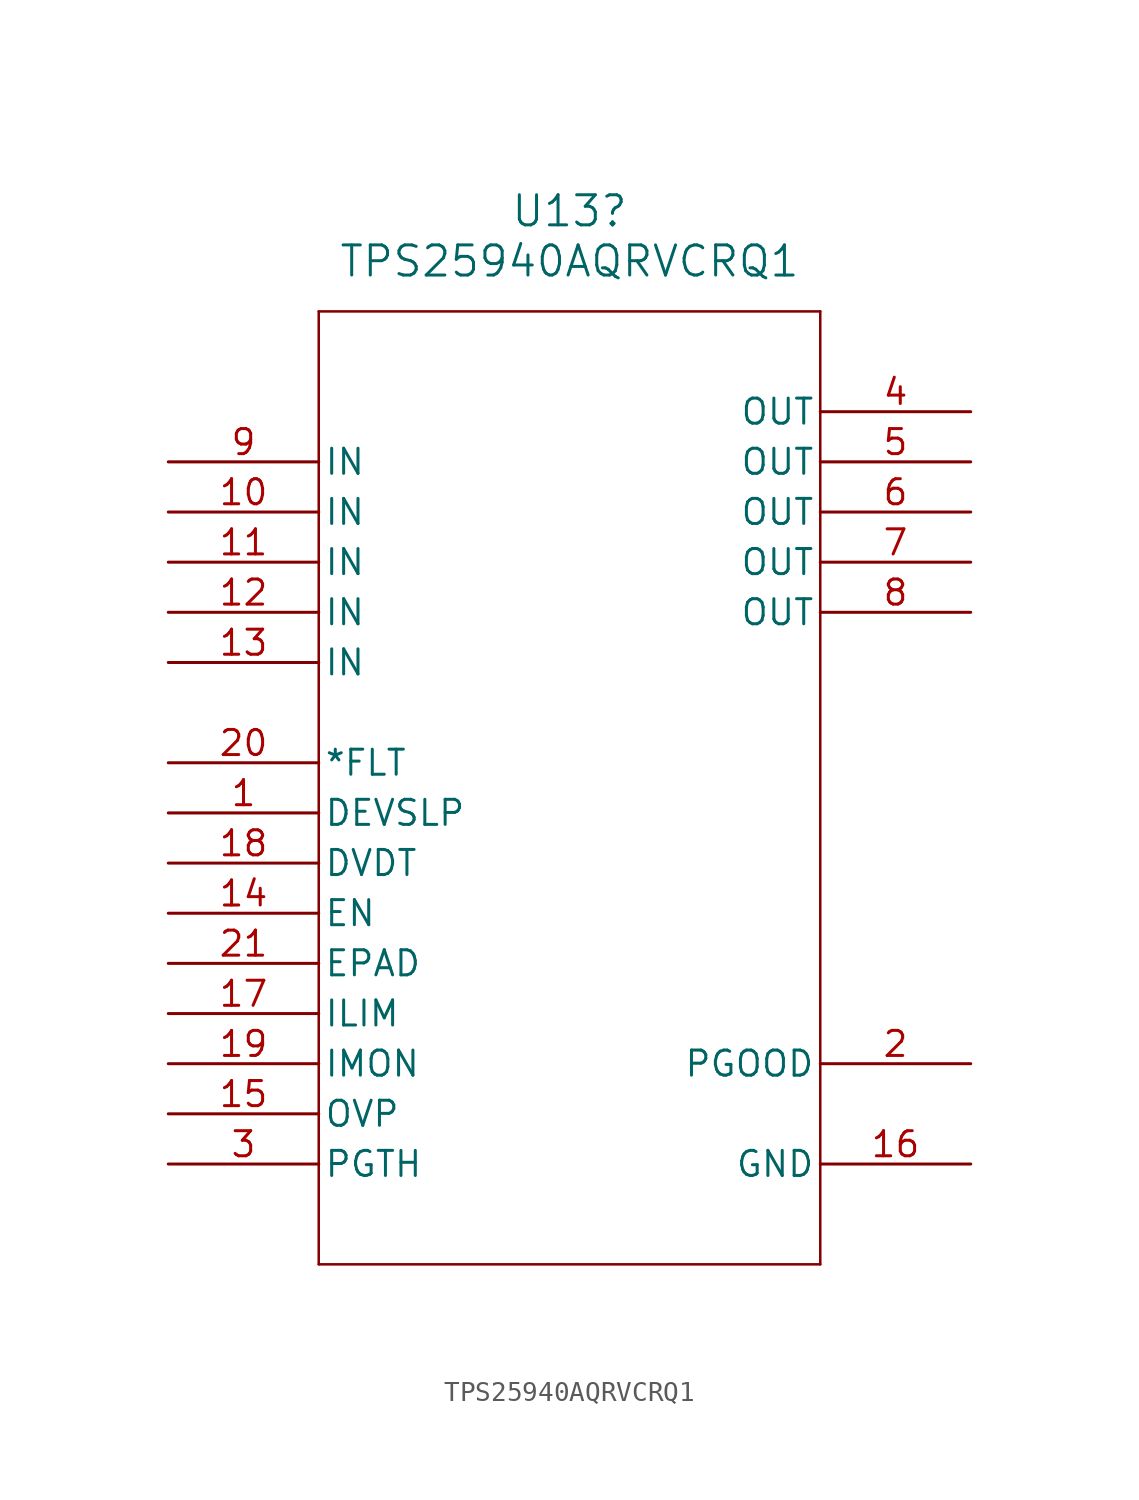
<source format=kicad_sym>
(kicad_symbol_lib
  (version 20220914)
  (generator kicad_symbol_editor)
  (symbol "TPS25940AQRVCRQ1"
    (pin_names
      (offset 0.254))
    (property "Reference" "U13"
      (at 20.32 12.7 0)
      (effects (font (size 1.524 1.524))))
    (property "Value" "TPS25940AQRVCRQ1"
      (at 20.32 10.16 0)
      (effects (font (size 1.524 1.524))))
    (symbol "TPS25940AQRVCRQ1_1_1"
      (polyline (pts (xy 7.62 -40.64) (xy 33.02 -40.64)) (stroke (width 0.127) (type default)) (fill (type none)))
      (polyline (pts (xy 7.62 7.62) (xy 7.62 -40.64)) (stroke (width 0.127) (type default)) (fill (type none)))
      (polyline (pts (xy 33.02 -40.64) (xy 33.02 7.62)) (stroke (width 0.127) (type default)) (fill (type none)))
      (polyline (pts (xy 33.02 7.62) (xy 7.62 7.62)) (stroke (width 0.127) (type default)) (fill (type none)))
      (pin unspecified line (at 0 -17.78 0) (length 7.62) (name "DEVSLP" (effects (font (size 1.27 1.27)))) (number "1" (effects (font (size 1.27 1.27)))))
      (pin unspecified line (at 0 -2.54 0) (length 7.62) (name "IN" (effects (font (size 1.27 1.27)))) (number "10" (effects (font (size 1.27 1.27)))))
      (pin unspecified line (at 0 -5.08 0) (length 7.62) (name "IN" (effects (font (size 1.27 1.27)))) (number "11" (effects (font (size 1.27 1.27)))))
      (pin unspecified line (at 0 -7.62 0) (length 7.62) (name "IN" (effects (font (size 1.27 1.27)))) (number "12" (effects (font (size 1.27 1.27)))))
      (pin unspecified line (at 0 -10.16 0) (length 7.62) (name "IN" (effects (font (size 1.27 1.27)))) (number "13" (effects (font (size 1.27 1.27)))))
      (pin unspecified line (at 0 -22.86 0) (length 7.62) (name "EN" (effects (font (size 1.27 1.27)))) (number "14" (effects (font (size 1.27 1.27)))))
      (pin unspecified line (at 0 -33.02 0) (length 7.62) (name "OVP" (effects (font (size 1.27 1.27)))) (number "15" (effects (font (size 1.27 1.27)))))
      (pin power_out line (at 40.64 -35.56 180) (length 7.62) (name "GND" (effects (font (size 1.27 1.27)))) (number "16" (effects (font (size 1.27 1.27)))))
      (pin unspecified line (at 0 -27.94 0) (length 7.62) (name "ILIM" (effects (font (size 1.27 1.27)))) (number "17" (effects (font (size 1.27 1.27)))))
      (pin unspecified line (at 0 -20.32 0) (length 7.62) (name "DVDT" (effects (font (size 1.27 1.27)))) (number "18" (effects (font (size 1.27 1.27)))))
      (pin unspecified line (at 0 -30.48 0) (length 7.62) (name "IMON" (effects (font (size 1.27 1.27)))) (number "19" (effects (font (size 1.27 1.27)))))
      (pin power_in line (at 40.64 -30.48 180) (length 7.62) (name "PGOOD" (effects (font (size 1.27 1.27)))) (number "2" (effects (font (size 1.27 1.27)))))
      (pin unspecified line (at 0 -15.24 0) (length 7.62) (name "*FLT" (effects (font (size 1.27 1.27)))) (number "20" (effects (font (size 1.27 1.27)))))
      (pin unspecified line (at 0 -25.4 0) (length 7.62) (name "EPAD" (effects (font (size 1.27 1.27)))) (number "21" (effects (font (size 1.27 1.27)))))
      (pin unspecified line (at 0 -35.56 0) (length 7.62) (name "PGTH" (effects (font (size 1.27 1.27)))) (number "3" (effects (font (size 1.27 1.27)))))
      (pin output line (at 40.64 2.54 180) (length 7.62) (name "OUT" (effects (font (size 1.27 1.27)))) (number "4" (effects (font (size 1.27 1.27)))))
      (pin output line (at 40.64 0 180) (length 7.62) (name "OUT" (effects (font (size 1.27 1.27)))) (number "5" (effects (font (size 1.27 1.27)))))
      (pin output line (at 40.64 -2.54 180) (length 7.62) (name "OUT" (effects (font (size 1.27 1.27)))) (number "6" (effects (font (size 1.27 1.27)))))
      (pin output line (at 40.64 -5.08 180) (length 7.62) (name "OUT" (effects (font (size 1.27 1.27)))) (number "7" (effects (font (size 1.27 1.27)))))
      (pin output line (at 40.64 -7.62 180) (length 7.62) (name "OUT" (effects (font (size 1.27 1.27)))) (number "8" (effects (font (size 1.27 1.27)))))
      (pin unspecified line (at 0 0 0) (length 7.62) (name "IN" (effects (font (size 1.27 1.27)))) (number "9" (effects (font (size 1.27 1.27))))))))
</source>
